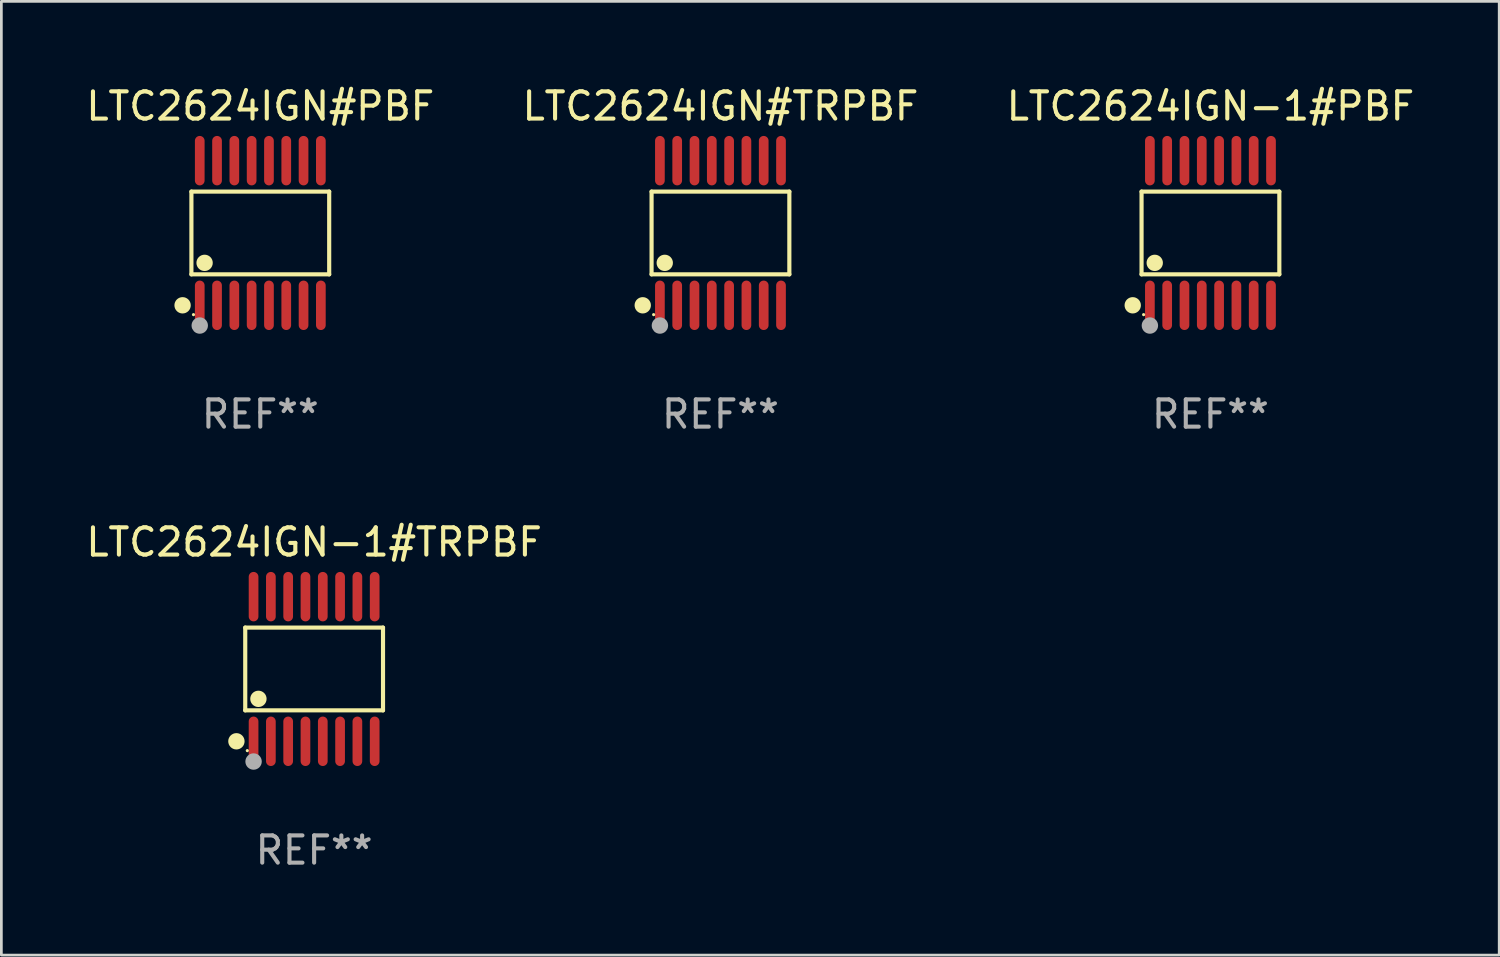
<source format=kicad_pcb>
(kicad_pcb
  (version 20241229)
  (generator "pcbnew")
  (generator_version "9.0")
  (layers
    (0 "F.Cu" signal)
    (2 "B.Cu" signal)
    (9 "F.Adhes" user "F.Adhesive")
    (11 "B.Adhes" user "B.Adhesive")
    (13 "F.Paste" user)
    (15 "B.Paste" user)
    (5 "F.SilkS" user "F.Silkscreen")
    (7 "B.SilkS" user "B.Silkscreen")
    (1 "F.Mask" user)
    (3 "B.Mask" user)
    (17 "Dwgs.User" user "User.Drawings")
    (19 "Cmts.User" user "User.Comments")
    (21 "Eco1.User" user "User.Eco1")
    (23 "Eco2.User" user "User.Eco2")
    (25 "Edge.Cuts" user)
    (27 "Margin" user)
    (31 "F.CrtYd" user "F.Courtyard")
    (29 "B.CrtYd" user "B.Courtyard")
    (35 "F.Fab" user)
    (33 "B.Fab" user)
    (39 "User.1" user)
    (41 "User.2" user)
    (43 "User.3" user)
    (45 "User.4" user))
  (footprint "LTC2624IGN-1#PBF"
    (layer "F.Cu")
    (at 41.387 5.503)
    (property "Reference" "LTC2624IGN-1#PBF" (at 0 -4.655 0) (layer "F.SilkS") (effects (font (size 1 1) (thickness 0.15))))
    (attr through_hole)
    (fp_line (start -2.529 -1.519) (end 2.529 -1.519) (stroke (width 0.152) (type solid)) (layer "F.SilkS"))
    (fp_line (start -2.529 1.519) (end -2.529 -1.519) (stroke (width 0.152) (type solid)) (layer "F.SilkS"))
    (fp_line (start 2.529 -1.519) (end 2.529 1.519) (stroke (width 0.152) (type solid)) (layer "F.SilkS"))
    (fp_line (start 2.529 1.519) (end -2.529 1.519) (stroke (width 0.152) (type solid)) (layer "F.SilkS"))
    (fp_circle (center -2.853 2.655) (end -2.703 2.655) (stroke (width 0.3) (type solid)) (fill no) (layer "F.SilkS"))
    (fp_circle (center -2.453 2.998) (end -2.423 2.998) (stroke (width 0.06) (type solid)) (fill no) (layer "F.SilkS"))
    (fp_circle (center -2.045 1.097) (end -1.895 1.097) (stroke (width 0.3) (type solid)) (fill no) (layer "F.SilkS"))
    (fp_circle (center -2.223 3.398) (end -2.072 3.398) (stroke (width 0.3) (type solid)) (fill no) (layer "F.Fab"))
    (fp_text user "REF**" (at 0 6.655 0) (layer "F.Fab") (effects (font (size 1 1) (thickness 0.15))))
    (pad "1" smd oval (at -2.223 2.655) (size 0.356 1.815) (layers "F.Cu" "F.Mask" "F.Paste"))
    (pad "2" smd oval (at -1.588 2.655) (size 0.356 1.815) (layers "F.Cu" "F.Mask" "F.Paste"))
    (pad "3" smd oval (at -0.953 2.655) (size 0.356 1.815) (layers "F.Cu" "F.Mask" "F.Paste"))
    (pad "4" smd oval (at -0.318 2.655) (size 0.356 1.815) (layers "F.Cu" "F.Mask" "F.Paste"))
    (pad "5" smd oval (at 0.318 2.655) (size 0.356 1.815) (layers "F.Cu" "F.Mask" "F.Paste"))
    (pad "6" smd oval (at 0.953 2.655) (size 0.356 1.815) (layers "F.Cu" "F.Mask" "F.Paste"))
    (pad "7" smd oval (at 1.588 2.655) (size 0.356 1.815) (layers "F.Cu" "F.Mask" "F.Paste"))
    (pad "8" smd oval (at 2.223 2.655) (size 0.356 1.815) (layers "F.Cu" "F.Mask" "F.Paste"))
    (pad "9" smd oval (at 2.223 -2.655) (size 0.356 1.815) (layers "F.Cu" "F.Mask" "F.Paste"))
    (pad "10" smd oval (at 1.588 -2.655) (size 0.356 1.815) (layers "F.Cu" "F.Mask" "F.Paste"))
    (pad "11" smd oval (at 0.953 -2.655) (size 0.356 1.815) (layers "F.Cu" "F.Mask" "F.Paste"))
    (pad "12" smd oval (at 0.318 -2.655) (size 0.356 1.815) (layers "F.Cu" "F.Mask" "F.Paste"))
    (pad "13" smd oval (at -0.318 -2.655) (size 0.356 1.815) (layers "F.Cu" "F.Mask" "F.Paste"))
    (pad "14" smd oval (at -0.953 -2.655) (size 0.356 1.815) (layers "F.Cu" "F.Mask" "F.Paste"))
    (pad "15" smd oval (at -1.588 -2.655) (size 0.356 1.815) (layers "F.Cu" "F.Mask" "F.Paste"))
    (pad "16" smd oval (at -2.223 -2.655) (size 0.356 1.815) (layers "F.Cu" "F.Mask" "F.Paste")))
  (footprint "LTC2624IGN#TRPBF"
    (layer "F.Cu")
    (at 23.399 5.503)
    (property "Reference" "LTC2624IGN#TRPBF" (at 0 -4.655 0) (layer "F.SilkS") (effects (font (size 1 1) (thickness 0.15))))
    (attr through_hole)
    (fp_line (start -2.529 -1.519) (end 2.529 -1.519) (stroke (width 0.152) (type solid)) (layer "F.SilkS"))
    (fp_line (start -2.529 1.519) (end -2.529 -1.519) (stroke (width 0.152) (type solid)) (layer "F.SilkS"))
    (fp_line (start 2.529 -1.519) (end 2.529 1.519) (stroke (width 0.152) (type solid)) (layer "F.SilkS"))
    (fp_line (start 2.529 1.519) (end -2.529 1.519) (stroke (width 0.152) (type solid)) (layer "F.SilkS"))
    (fp_circle (center -2.853 2.655) (end -2.703 2.655) (stroke (width 0.3) (type solid)) (fill no) (layer "F.SilkS"))
    (fp_circle (center -2.453 2.998) (end -2.423 2.998) (stroke (width 0.06) (type solid)) (fill no) (layer "F.SilkS"))
    (fp_circle (center -2.045 1.097) (end -1.895 1.097) (stroke (width 0.3) (type solid)) (fill no) (layer "F.SilkS"))
    (fp_circle (center -2.223 3.398) (end -2.072 3.398) (stroke (width 0.3) (type solid)) (fill no) (layer "F.Fab"))
    (fp_text user "REF**" (at 0 6.655 0) (layer "F.Fab") (effects (font (size 1 1) (thickness 0.15))))
    (pad "1" smd oval (at -2.223 2.655) (size 0.356 1.815) (layers "F.Cu" "F.Mask" "F.Paste"))
    (pad "2" smd oval (at -1.588 2.655) (size 0.356 1.815) (layers "F.Cu" "F.Mask" "F.Paste"))
    (pad "3" smd oval (at -0.953 2.655) (size 0.356 1.815) (layers "F.Cu" "F.Mask" "F.Paste"))
    (pad "4" smd oval (at -0.318 2.655) (size 0.356 1.815) (layers "F.Cu" "F.Mask" "F.Paste"))
    (pad "5" smd oval (at 0.318 2.655) (size 0.356 1.815) (layers "F.Cu" "F.Mask" "F.Paste"))
    (pad "6" smd oval (at 0.953 2.655) (size 0.356 1.815) (layers "F.Cu" "F.Mask" "F.Paste"))
    (pad "7" smd oval (at 1.588 2.655) (size 0.356 1.815) (layers "F.Cu" "F.Mask" "F.Paste"))
    (pad "8" smd oval (at 2.223 2.655) (size 0.356 1.815) (layers "F.Cu" "F.Mask" "F.Paste"))
    (pad "9" smd oval (at 2.223 -2.655) (size 0.356 1.815) (layers "F.Cu" "F.Mask" "F.Paste"))
    (pad "10" smd oval (at 1.588 -2.655) (size 0.356 1.815) (layers "F.Cu" "F.Mask" "F.Paste"))
    (pad "11" smd oval (at 0.953 -2.655) (size 0.356 1.815) (layers "F.Cu" "F.Mask" "F.Paste"))
    (pad "12" smd oval (at 0.318 -2.655) (size 0.356 1.815) (layers "F.Cu" "F.Mask" "F.Paste"))
    (pad "13" smd oval (at -0.318 -2.655) (size 0.356 1.815) (layers "F.Cu" "F.Mask" "F.Paste"))
    (pad "14" smd oval (at -0.953 -2.655) (size 0.356 1.815) (layers "F.Cu" "F.Mask" "F.Paste"))
    (pad "15" smd oval (at -1.588 -2.655) (size 0.356 1.815) (layers "F.Cu" "F.Mask" "F.Paste"))
    (pad "16" smd oval (at -2.223 -2.655) (size 0.356 1.815) (layers "F.Cu" "F.Mask" "F.Paste")))
  (footprint "LTC2624IGN-1#TRPBF"
    (layer "F.Cu")
    (at 8.482 21.509)
    (property "Reference" "LTC2624IGN-1#TRPBF" (at 0 -4.655 0) (layer "F.SilkS") (effects (font (size 1 1) (thickness 0.15))))
    (attr through_hole)
    (fp_line (start -2.529 -1.519) (end 2.529 -1.519) (stroke (width 0.152) (type solid)) (layer "F.SilkS"))
    (fp_line (start -2.529 1.519) (end -2.529 -1.519) (stroke (width 0.152) (type solid)) (layer "F.SilkS"))
    (fp_line (start 2.529 -1.519) (end 2.529 1.519) (stroke (width 0.152) (type solid)) (layer "F.SilkS"))
    (fp_line (start 2.529 1.519) (end -2.529 1.519) (stroke (width 0.152) (type solid)) (layer "F.SilkS"))
    (fp_circle (center -2.853 2.655) (end -2.703 2.655) (stroke (width 0.3) (type solid)) (fill no) (layer "F.SilkS"))
    (fp_circle (center -2.453 2.998) (end -2.423 2.998) (stroke (width 0.06) (type solid)) (fill no) (layer "F.SilkS"))
    (fp_circle (center -2.045 1.097) (end -1.895 1.097) (stroke (width 0.3) (type solid)) (fill no) (layer "F.SilkS"))
    (fp_circle (center -2.223 3.398) (end -2.072 3.398) (stroke (width 0.3) (type solid)) (fill no) (layer "F.Fab"))
    (fp_text user "REF**" (at 0 6.655 0) (layer "F.Fab") (effects (font (size 1 1) (thickness 0.15))))
    (pad "1" smd oval (at -2.223 2.655) (size 0.356 1.815) (layers "F.Cu" "F.Mask" "F.Paste"))
    (pad "2" smd oval (at -1.588 2.655) (size 0.356 1.815) (layers "F.Cu" "F.Mask" "F.Paste"))
    (pad "3" smd oval (at -0.953 2.655) (size 0.356 1.815) (layers "F.Cu" "F.Mask" "F.Paste"))
    (pad "4" smd oval (at -0.318 2.655) (size 0.356 1.815) (layers "F.Cu" "F.Mask" "F.Paste"))
    (pad "5" smd oval (at 0.318 2.655) (size 0.356 1.815) (layers "F.Cu" "F.Mask" "F.Paste"))
    (pad "6" smd oval (at 0.953 2.655) (size 0.356 1.815) (layers "F.Cu" "F.Mask" "F.Paste"))
    (pad "7" smd oval (at 1.588 2.655) (size 0.356 1.815) (layers "F.Cu" "F.Mask" "F.Paste"))
    (pad "8" smd oval (at 2.223 2.655) (size 0.356 1.815) (layers "F.Cu" "F.Mask" "F.Paste"))
    (pad "9" smd oval (at 2.223 -2.655) (size 0.356 1.815) (layers "F.Cu" "F.Mask" "F.Paste"))
    (pad "10" smd oval (at 1.588 -2.655) (size 0.356 1.815) (layers "F.Cu" "F.Mask" "F.Paste"))
    (pad "11" smd oval (at 0.953 -2.655) (size 0.356 1.815) (layers "F.Cu" "F.Mask" "F.Paste"))
    (pad "12" smd oval (at 0.318 -2.655) (size 0.356 1.815) (layers "F.Cu" "F.Mask" "F.Paste"))
    (pad "13" smd oval (at -0.318 -2.655) (size 0.356 1.815) (layers "F.Cu" "F.Mask" "F.Paste"))
    (pad "14" smd oval (at -0.953 -2.655) (size 0.356 1.815) (layers "F.Cu" "F.Mask" "F.Paste"))
    (pad "15" smd oval (at -1.588 -2.655) (size 0.356 1.815) (layers "F.Cu" "F.Mask" "F.Paste"))
    (pad "16" smd oval (at -2.223 -2.655) (size 0.356 1.815) (layers "F.Cu" "F.Mask" "F.Paste")))
  (footprint "LTC2624IGN#PBF"
    (layer "F.Cu")
    (at 6.506 5.503)
    (property "Reference" "LTC2624IGN#PBF" (at 0 -4.655 0) (layer "F.SilkS") (effects (font (size 1 1) (thickness 0.15))))
    (attr through_hole)
    (fp_line (start -2.529 -1.519) (end 2.529 -1.519) (stroke (width 0.152) (type solid)) (layer "F.SilkS"))
    (fp_line (start -2.529 1.519) (end -2.529 -1.519) (stroke (width 0.152) (type solid)) (layer "F.SilkS"))
    (fp_line (start 2.529 -1.519) (end 2.529 1.519) (stroke (width 0.152) (type solid)) (layer "F.SilkS"))
    (fp_line (start 2.529 1.519) (end -2.529 1.519) (stroke (width 0.152) (type solid)) (layer "F.SilkS"))
    (fp_circle (center -2.853 2.655) (end -2.703 2.655) (stroke (width 0.3) (type solid)) (fill no) (layer "F.SilkS"))
    (fp_circle (center -2.453 2.998) (end -2.423 2.998) (stroke (width 0.06) (type solid)) (fill no) (layer "F.SilkS"))
    (fp_circle (center -2.045 1.097) (end -1.895 1.097) (stroke (width 0.3) (type solid)) (fill no) (layer "F.SilkS"))
    (fp_circle (center -2.223 3.398) (end -2.072 3.398) (stroke (width 0.3) (type solid)) (fill no) (layer "F.Fab"))
    (fp_text user "REF**" (at 0 6.655 0) (layer "F.Fab") (effects (font (size 1 1) (thickness 0.15))))
    (pad "1" smd oval (at -2.223 2.655) (size 0.356 1.815) (layers "F.Cu" "F.Mask" "F.Paste"))
    (pad "2" smd oval (at -1.588 2.655) (size 0.356 1.815) (layers "F.Cu" "F.Mask" "F.Paste"))
    (pad "3" smd oval (at -0.953 2.655) (size 0.356 1.815) (layers "F.Cu" "F.Mask" "F.Paste"))
    (pad "4" smd oval (at -0.318 2.655) (size 0.356 1.815) (layers "F.Cu" "F.Mask" "F.Paste"))
    (pad "5" smd oval (at 0.318 2.655) (size 0.356 1.815) (layers "F.Cu" "F.Mask" "F.Paste"))
    (pad "6" smd oval (at 0.953 2.655) (size 0.356 1.815) (layers "F.Cu" "F.Mask" "F.Paste"))
    (pad "7" smd oval (at 1.588 2.655) (size 0.356 1.815) (layers "F.Cu" "F.Mask" "F.Paste"))
    (pad "8" smd oval (at 2.223 2.655) (size 0.356 1.815) (layers "F.Cu" "F.Mask" "F.Paste"))
    (pad "9" smd oval (at 2.223 -2.655) (size 0.356 1.815) (layers "F.Cu" "F.Mask" "F.Paste"))
    (pad "10" smd oval (at 1.588 -2.655) (size 0.356 1.815) (layers "F.Cu" "F.Mask" "F.Paste"))
    (pad "11" smd oval (at 0.953 -2.655) (size 0.356 1.815) (layers "F.Cu" "F.Mask" "F.Paste"))
    (pad "12" smd oval (at 0.318 -2.655) (size 0.356 1.815) (layers "F.Cu" "F.Mask" "F.Paste"))
    (pad "13" smd oval (at -0.318 -2.655) (size 0.356 1.815) (layers "F.Cu" "F.Mask" "F.Paste"))
    (pad "14" smd oval (at -0.953 -2.655) (size 0.356 1.815) (layers "F.Cu" "F.Mask" "F.Paste"))
    (pad "15" smd oval (at -1.588 -2.655) (size 0.356 1.815) (layers "F.Cu" "F.Mask" "F.Paste"))
    (pad "16" smd oval (at -2.223 -2.655) (size 0.356 1.815) (layers "F.Cu" "F.Mask" "F.Paste")))
  (gr_rect
    (start -3 -3)
    (end 51.988 32.012)
    (stroke (width 0.1) (type default))
    (fill no)
    (layer "Edge.Cuts")))
</source>
